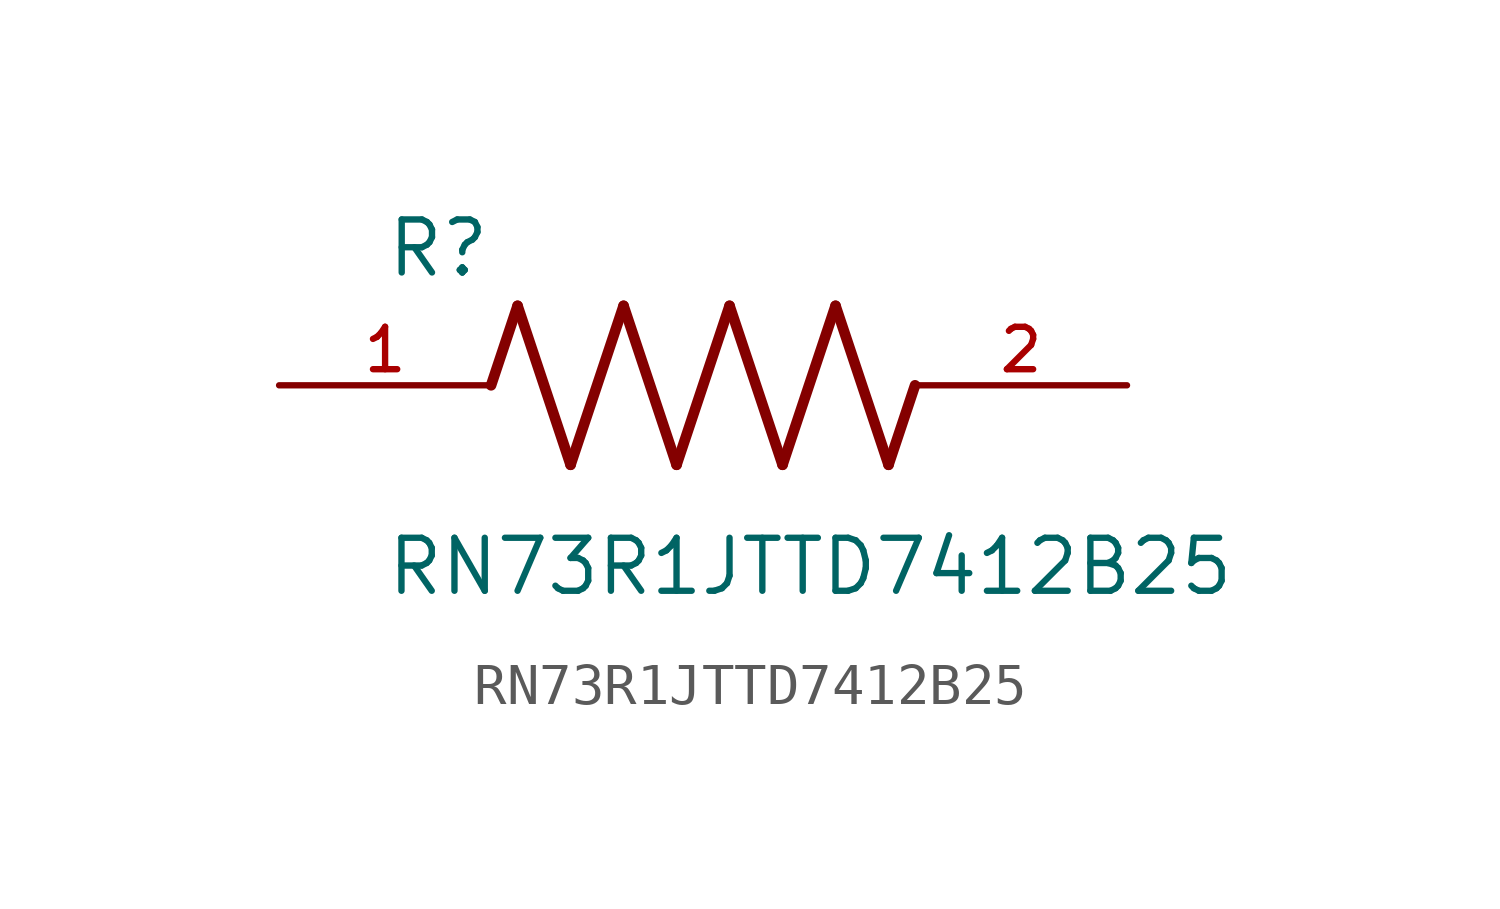
<source format=kicad_sym>
(kicad_symbol_lib
  (version 20211014)
  (generator kicad_symbol_editor)
  (symbol "RN73R1JTTD7412B25"
    (pin_names
      (offset 1.016))
    (property "Reference" "R"
      (at -7.624 2.541 0)
      (effects (font (size 1.27 1.27)) (justify bottom left)))
    (property "Value" "RN73R1JTTD7412B25"
      (at -7.63 -5.087 0)
      (effects (font (size 1.27 1.27)) (justify bottom left)))
    (symbol "RN73R1JTTD7412B25_0_0"
      (polyline (pts (xy -5.08 0.0) (xy -4.445 1.905)) (stroke (width 0.254)))
      (polyline (pts (xy -4.445 1.905) (xy -3.175 -1.905)) (stroke (width 0.254)))
      (polyline (pts (xy -3.175 -1.905) (xy -1.905 1.905)) (stroke (width 0.254)))
      (polyline (pts (xy -1.905 1.905) (xy -0.635 -1.905)) (stroke (width 0.254)))
      (polyline (pts (xy -0.635 -1.905) (xy 0.635 1.905)) (stroke (width 0.254)))
      (polyline (pts (xy 0.635 1.905) (xy 1.905 -1.905)) (stroke (width 0.254)))
      (polyline (pts (xy 1.905 -1.905) (xy 3.175 1.905)) (stroke (width 0.254)))
      (polyline (pts (xy 3.175 1.905) (xy 4.445 -1.905)) (stroke (width 0.254)))
      (polyline (pts (xy 4.445 -1.905) (xy 5.08 0.0)) (stroke (width 0.254)))
      (pin passive line (at -10.16 0.0 0) (length 5.08) (name "~" (effects (font (size 1.016 1.016)))) (number "1" (effects (font (size 1.016 1.016)))))
      (pin passive line (at 10.16 0.0 180.0) (length 5.08) (name "~" (effects (font (size 1.016 1.016)))) (number "2" (effects (font (size 1.016 1.016))))))))
</source>
